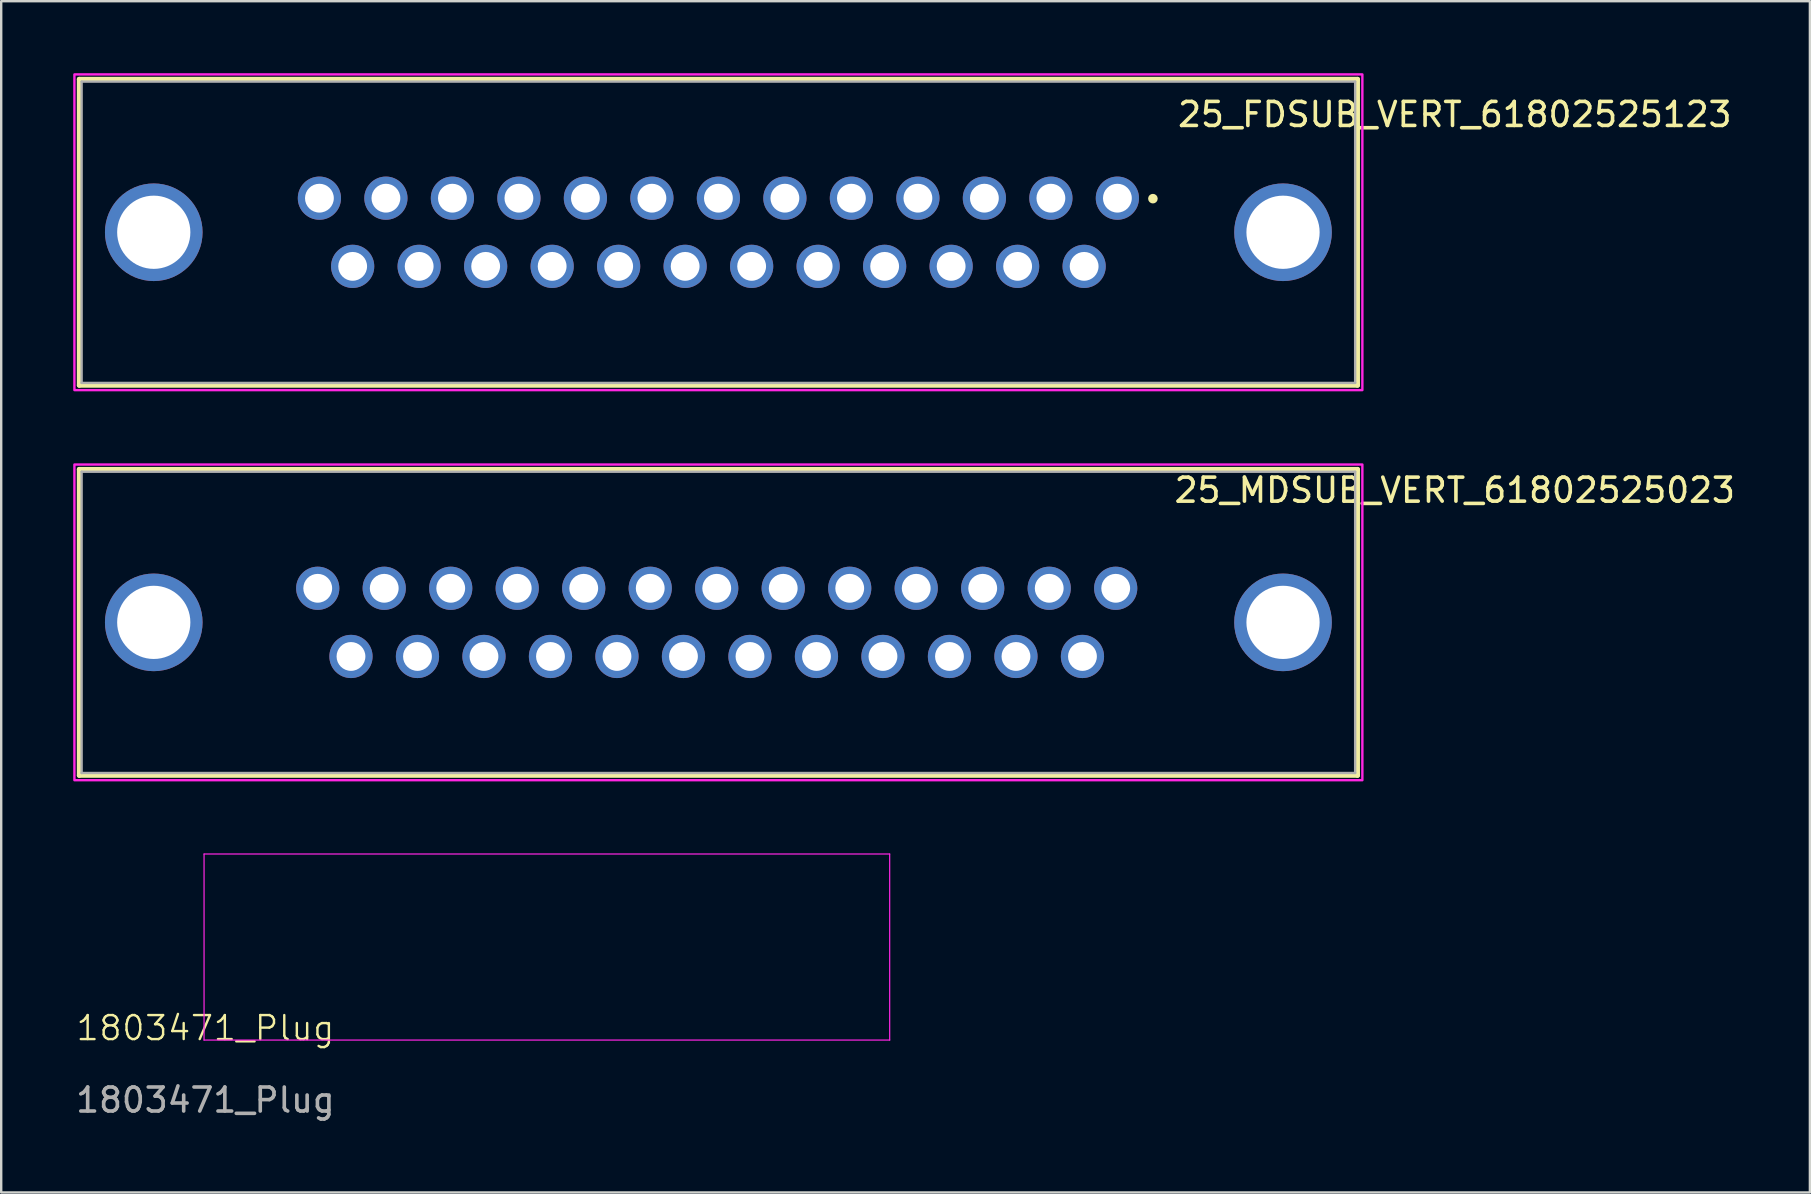
<source format=kicad_pcb>
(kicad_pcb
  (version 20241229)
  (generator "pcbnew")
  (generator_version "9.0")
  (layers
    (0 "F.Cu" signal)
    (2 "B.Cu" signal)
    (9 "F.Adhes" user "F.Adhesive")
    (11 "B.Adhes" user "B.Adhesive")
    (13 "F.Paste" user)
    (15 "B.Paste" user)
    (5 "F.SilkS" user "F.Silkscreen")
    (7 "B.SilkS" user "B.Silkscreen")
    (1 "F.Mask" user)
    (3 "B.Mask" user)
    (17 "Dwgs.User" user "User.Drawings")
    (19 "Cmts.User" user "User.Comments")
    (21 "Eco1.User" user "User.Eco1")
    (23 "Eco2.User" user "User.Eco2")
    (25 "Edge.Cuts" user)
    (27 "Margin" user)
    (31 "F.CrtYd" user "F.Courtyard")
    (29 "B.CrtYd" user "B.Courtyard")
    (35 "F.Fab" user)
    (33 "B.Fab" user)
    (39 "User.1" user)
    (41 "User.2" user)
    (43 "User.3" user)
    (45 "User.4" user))
  (footprint "1803471_Plug"
    (layer "F.Cu")
    (at 5.506 40.275)
    (property "Reference" "1803471_Plug" (at 0 -0.5 0) (unlocked yes) (layer "F.SilkS") (effects (font (size 1 1) (thickness 0.1))))
    (attr smd)
    (fp_line (start -0.056 -7.75) (end 28.504 -7.75) (stroke (width 0.05) (type solid)) (layer "F.CrtYd"))
    (fp_line (start -0.056 0) (end -0.056 -7.75) (stroke (width 0.05) (type solid)) (layer "F.CrtYd"))
    (fp_line (start 28.504 -7.75) (end 28.504 0) (stroke (width 0.05) (type solid)) (layer "F.CrtYd"))
    (fp_line (start 28.504 0) (end -0.056 0) (stroke (width 0.05) (type solid)) (layer "F.CrtYd"))
    (fp_text user "${REFERENCE}" (at 0 2.5 0) (unlocked yes) (layer "F.Fab") (effects (font (size 1 1) (thickness 0.15)))))
  (footprint "25_FDSUB_VERT_61802525123"
    (layer "F.Cu")
    (at 26.875 6.625)
    (property "Reference" "25_FDSUB_VERT_61802525123" (at 30.675 -4.905 0) (layer "F.SilkS") (effects (font (size 1 1) (thickness 0.15))))
    (attr through_hole)
    (fp_line (start -26.625 -6.375) (end 26.625 -6.375) (stroke (width 0.2) (type solid)) (layer "F.SilkS"))
    (fp_line (start -26.625 6.375) (end -26.625 -6.375) (stroke (width 0.2) (type solid)) (layer "F.SilkS"))
    (fp_line (start 26.625 -6.375) (end 26.625 6.375) (stroke (width 0.2) (type solid)) (layer "F.SilkS"))
    (fp_line (start 26.625 6.375) (end -26.625 6.375) (stroke (width 0.2) (type solid)) (layer "F.SilkS"))
    (fp_circle (center 18.1 -1.4) (end 18.2 -1.4) (stroke (width 0.2) (type solid)) (fill no) (layer "F.SilkS"))
    (fp_poly (pts (xy -26.825 -6.575) (xy 26.825 -6.575) (xy 26.825 6.575) (xy -26.825 6.575)) (stroke (width 0.1) (type solid)) (fill no) (layer "F.CrtYd"))
    (fp_line (start -26.525 -6.275) (end 26.525 -6.275) (stroke (width 0.1) (type solid)) (layer "F.Fab"))
    (fp_line (start -26.525 6.275) (end -26.525 -6.275) (stroke (width 0.1) (type solid)) (layer "F.Fab"))
    (fp_line (start 26.525 -6.275) (end 26.525 6.275) (stroke (width 0.1) (type solid)) (layer "F.Fab"))
    (fp_line (start 26.525 6.275) (end -26.525 6.275) (stroke (width 0.1) (type solid)) (layer "F.Fab"))
    (pad "1" thru_hole circle (at 16.62 -1.42) (size 1.8 1.8) (drill 1.2) (layers "*.Cu" "*.Mask"))
    (pad "2" thru_hole circle (at 13.85 -1.42) (size 1.8 1.8) (drill 1.2) (layers "*.Cu" "*.Mask"))
    (pad "3" thru_hole circle (at 11.08 -1.42) (size 1.8 1.8) (drill 1.2) (layers "*.Cu" "*.Mask"))
    (pad "4" thru_hole circle (at 8.31 -1.42) (size 1.8 1.8) (drill 1.2) (layers "*.Cu" "*.Mask"))
    (pad "5" thru_hole circle (at 5.54 -1.42) (size 1.8 1.8) (drill 1.2) (layers "*.Cu" "*.Mask"))
    (pad "6" thru_hole circle (at 2.77 -1.42) (size 1.8 1.8) (drill 1.2) (layers "*.Cu" "*.Mask"))
    (pad "7" thru_hole circle (at 0 -1.42) (size 1.8 1.8) (drill 1.2) (layers "*.Cu" "*.Mask"))
    (pad "8" thru_hole circle (at -2.77 -1.42) (size 1.8 1.8) (drill 1.2) (layers "*.Cu" "*.Mask"))
    (pad "9" thru_hole circle (at -5.54 -1.42) (size 1.8 1.8) (drill 1.2) (layers "*.Cu" "*.Mask"))
    (pad "10" thru_hole circle (at -8.31 -1.42) (size 1.8 1.8) (drill 1.2) (layers "*.Cu" "*.Mask"))
    (pad "11" thru_hole circle (at -11.08 -1.42) (size 1.8 1.8) (drill 1.2) (layers "*.Cu" "*.Mask"))
    (pad "12" thru_hole circle (at -13.85 -1.42) (size 1.8 1.8) (drill 1.2) (layers "*.Cu" "*.Mask"))
    (pad "13" thru_hole circle (at -16.62 -1.42) (size 1.8 1.8) (drill 1.2) (layers "*.Cu" "*.Mask"))
    (pad "14" thru_hole circle (at 15.235 1.42) (size 1.8 1.8) (drill 1.2) (layers "*.Cu" "*.Mask"))
    (pad "15" thru_hole circle (at 12.465 1.42) (size 1.8 1.8) (drill 1.2) (layers "*.Cu" "*.Mask"))
    (pad "16" thru_hole circle (at 9.695 1.42) (size 1.8 1.8) (drill 1.2) (layers "*.Cu" "*.Mask"))
    (pad "17" thru_hole circle (at 6.925 1.42) (size 1.8 1.8) (drill 1.2) (layers "*.Cu" "*.Mask"))
    (pad "18" thru_hole circle (at 4.155 1.42) (size 1.8 1.8) (drill 1.2) (layers "*.Cu" "*.Mask"))
    (pad "19" thru_hole circle (at 1.385 1.42) (size 1.8 1.8) (drill 1.2) (layers "*.Cu" "*.Mask"))
    (pad "20" thru_hole circle (at -1.385 1.42) (size 1.8 1.8) (drill 1.2) (layers "*.Cu" "*.Mask"))
    (pad "21" thru_hole circle (at -4.155 1.42) (size 1.8 1.8) (drill 1.2) (layers "*.Cu" "*.Mask"))
    (pad "22" thru_hole circle (at -6.925 1.42) (size 1.8 1.8) (drill 1.2) (layers "*.Cu" "*.Mask"))
    (pad "23" thru_hole circle (at -9.695 1.42) (size 1.8 1.8) (drill 1.2) (layers "*.Cu" "*.Mask"))
    (pad "24" thru_hole circle (at -12.465 1.42) (size 1.8 1.8) (drill 1.2) (layers "*.Cu" "*.Mask"))
    (pad "25" thru_hole circle (at -15.235 1.42) (size 1.8 1.8) (drill 1.2) (layers "*.Cu" "*.Mask"))
    (pad "S1" thru_hole circle (at -23.52 0) (size 4.066 4.066) (drill 3.05) (layers "*.Cu" "*.Mask"))
    (pad "S2" thru_hole circle (at 23.52 0) (size 4.066 4.066) (drill 3.05) (layers "*.Cu" "*.Mask")))
  (footprint "25_MDSUB_VERT_61802525023"
    (layer "F.Cu")
    (at 26.875 22.875)
    (property "Reference" "25_MDSUB_VERT_61802525023" (at 30.675 -5.505 0) (layer "F.SilkS") (effects (font (size 1 1) (thickness 0.15))))
    (attr through_hole)
    (fp_line (start -26.625 -6.375) (end 26.625 -6.375) (stroke (width 0.2) (type solid)) (layer "F.SilkS"))
    (fp_line (start -26.625 6.375) (end -26.625 -6.375) (stroke (width 0.2) (type solid)) (layer "F.SilkS"))
    (fp_line (start 26.625 -6.375) (end 26.625 6.375) (stroke (width 0.2) (type solid)) (layer "F.SilkS"))
    (fp_line (start 26.625 6.375) (end -26.625 6.375) (stroke (width 0.2) (type solid)) (layer "F.SilkS"))
    (fp_poly (pts (xy -26.825 -6.575) (xy 26.825 -6.575) (xy 26.825 6.575) (xy -26.825 6.575)) (stroke (width 0.1) (type solid)) (fill no) (layer "F.CrtYd"))
    (fp_line (start -26.525 -6.275) (end 26.525 -6.275) (stroke (width 0.1) (type solid)) (layer "F.Fab"))
    (fp_line (start -26.525 6.275) (end -26.525 -6.275) (stroke (width 0.1) (type solid)) (layer "F.Fab"))
    (fp_line (start 26.525 -6.275) (end 26.525 6.275) (stroke (width 0.1) (type solid)) (layer "F.Fab"))
    (fp_line (start 26.525 6.275) (end -26.525 6.275) (stroke (width 0.1) (type solid)) (layer "F.Fab"))
    (pad "1" thru_hole circle (at -16.69 -1.42) (size 1.8 1.8) (drill 1.2) (layers "*.Cu" "*.Mask"))
    (pad "2" thru_hole circle (at -13.92 -1.42) (size 1.8 1.8) (drill 1.2) (layers "*.Cu" "*.Mask"))
    (pad "3" thru_hole circle (at -11.15 -1.42) (size 1.8 1.8) (drill 1.2) (layers "*.Cu" "*.Mask"))
    (pad "4" thru_hole circle (at -8.38 -1.42) (size 1.8 1.8) (drill 1.2) (layers "*.Cu" "*.Mask"))
    (pad "5" thru_hole circle (at -5.61 -1.42) (size 1.8 1.8) (drill 1.2) (layers "*.Cu" "*.Mask"))
    (pad "6" thru_hole circle (at -2.84 -1.42) (size 1.8 1.8) (drill 1.2) (layers "*.Cu" "*.Mask"))
    (pad "7" thru_hole circle (at -0.07 -1.42) (size 1.8 1.8) (drill 1.2) (layers "*.Cu" "*.Mask"))
    (pad "8" thru_hole circle (at 2.7 -1.42) (size 1.8 1.8) (drill 1.2) (layers "*.Cu" "*.Mask"))
    (pad "9" thru_hole circle (at 5.47 -1.42) (size 1.8 1.8) (drill 1.2) (layers "*.Cu" "*.Mask"))
    (pad "10" thru_hole circle (at 8.24 -1.42) (size 1.8 1.8) (drill 1.2) (layers "*.Cu" "*.Mask"))
    (pad "11" thru_hole circle (at 11.01 -1.42) (size 1.8 1.8) (drill 1.2) (layers "*.Cu" "*.Mask"))
    (pad "12" thru_hole circle (at 13.78 -1.42) (size 1.8 1.8) (drill 1.2) (layers "*.Cu" "*.Mask"))
    (pad "13" thru_hole circle (at 16.55 -1.42) (size 1.8 1.8) (drill 1.2) (layers "*.Cu" "*.Mask"))
    (pad "14" thru_hole circle (at -15.305 1.42) (size 1.8 1.8) (drill 1.2) (layers "*.Cu" "*.Mask"))
    (pad "15" thru_hole circle (at -12.535 1.42) (size 1.8 1.8) (drill 1.2) (layers "*.Cu" "*.Mask"))
    (pad "16" thru_hole circle (at -9.765 1.42) (size 1.8 1.8) (drill 1.2) (layers "*.Cu" "*.Mask"))
    (pad "17" thru_hole circle (at -6.995 1.42) (size 1.8 1.8) (drill 1.2) (layers "*.Cu" "*.Mask"))
    (pad "18" thru_hole circle (at -4.225 1.42) (size 1.8 1.8) (drill 1.2) (layers "*.Cu" "*.Mask"))
    (pad "19" thru_hole circle (at -1.455 1.42) (size 1.8 1.8) (drill 1.2) (layers "*.Cu" "*.Mask"))
    (pad "20" thru_hole circle (at 1.315 1.42) (size 1.8 1.8) (drill 1.2) (layers "*.Cu" "*.Mask"))
    (pad "21" thru_hole circle (at 4.085 1.42) (size 1.8 1.8) (drill 1.2) (layers "*.Cu" "*.Mask"))
    (pad "22" thru_hole circle (at 6.855 1.42) (size 1.8 1.8) (drill 1.2) (layers "*.Cu" "*.Mask"))
    (pad "23" thru_hole circle (at 9.625 1.42) (size 1.8 1.8) (drill 1.2) (layers "*.Cu" "*.Mask"))
    (pad "24" thru_hole circle (at 12.395 1.42) (size 1.8 1.8) (drill 1.2) (layers "*.Cu" "*.Mask"))
    (pad "25" thru_hole circle (at 15.165 1.42) (size 1.8 1.8) (drill 1.2) (layers "*.Cu" "*.Mask"))
    (pad "S1" thru_hole circle (at -23.52 0) (size 4.066 4.066) (drill 3.05) (layers "*.Cu" "*.Mask"))
    (pad "S2" thru_hole circle (at 23.52 0) (size 4.066 4.066) (drill 3.05) (layers "*.Cu" "*.Mask")))
  (gr_rect
    (start -3 -3)
    (end 72.342 46.623)
    (stroke (width 0.1) (type default))
    (fill no)
    (layer "Edge.Cuts")))
</source>
